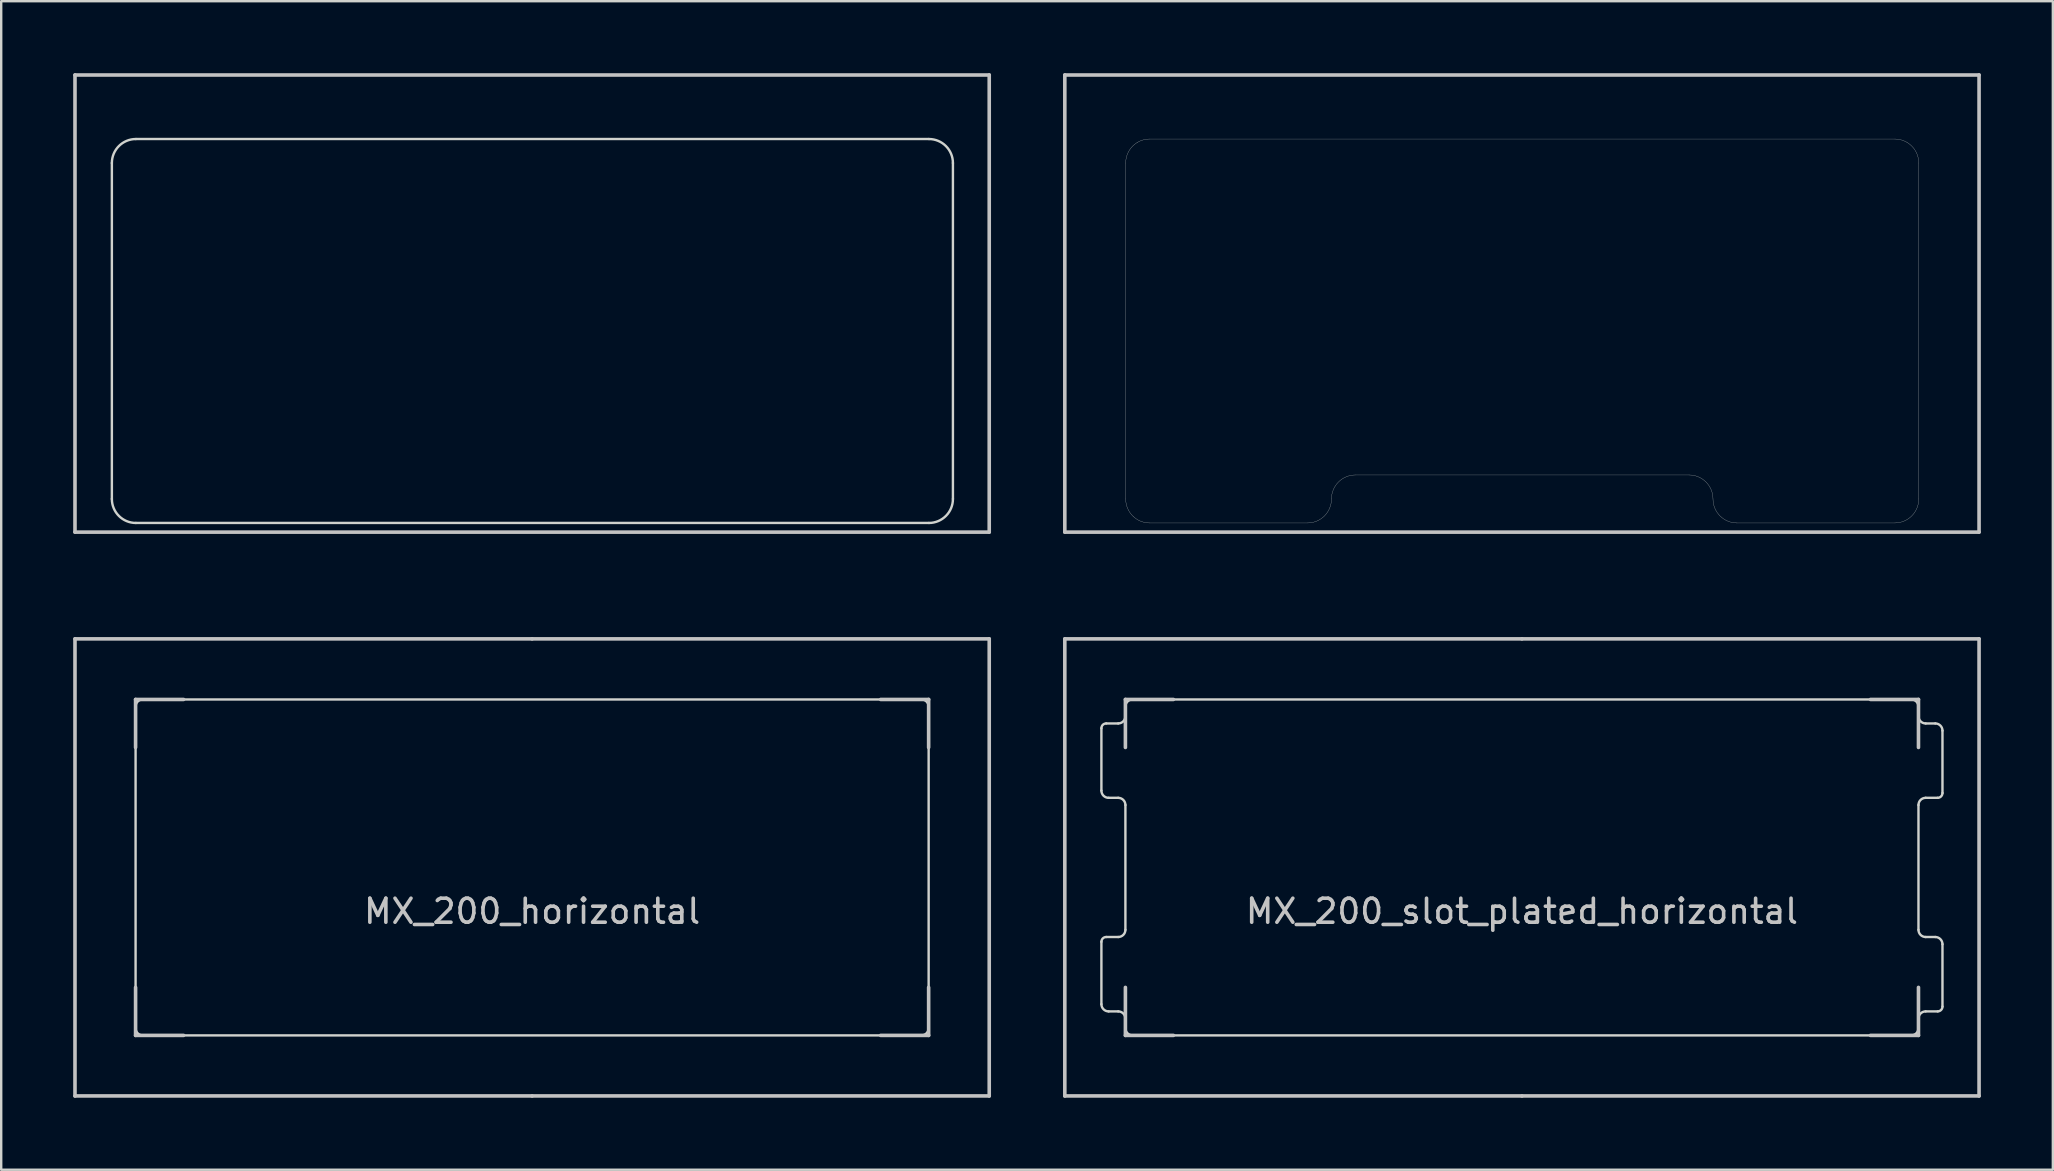
<source format=kicad_pcb>
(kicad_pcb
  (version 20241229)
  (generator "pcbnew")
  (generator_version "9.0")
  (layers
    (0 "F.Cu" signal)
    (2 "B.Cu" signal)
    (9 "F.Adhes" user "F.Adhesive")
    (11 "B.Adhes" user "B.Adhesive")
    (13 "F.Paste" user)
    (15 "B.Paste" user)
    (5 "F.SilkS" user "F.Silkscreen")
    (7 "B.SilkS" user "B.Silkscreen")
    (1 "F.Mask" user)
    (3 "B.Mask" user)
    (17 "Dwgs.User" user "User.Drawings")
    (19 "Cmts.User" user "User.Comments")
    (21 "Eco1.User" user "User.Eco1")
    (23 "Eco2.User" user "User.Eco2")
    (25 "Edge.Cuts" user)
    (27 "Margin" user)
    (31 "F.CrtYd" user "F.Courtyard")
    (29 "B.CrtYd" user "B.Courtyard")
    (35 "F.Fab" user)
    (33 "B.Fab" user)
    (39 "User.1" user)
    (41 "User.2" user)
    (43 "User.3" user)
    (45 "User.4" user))
  (footprint "MX_200_slot_plated_horizontal"
    (layer "F.Cu")
    (at 60.4 33.086)
    (property "Reference" "MX_200_slot_plated_horizontal" (at -0.025 1.841 0) (layer "Dwgs.User") (effects (font (size 1 1) (thickness 0.15))))
    (attr through_hole)
    (fp_line (start -17.05 -5.987) (end -17.05 6.013) (stroke (width 2) (type solid)) (layer "F.Mask"))
    (fp_line (start -16.05 -6.987) (end 16 -6.987) (stroke (width 2) (type solid)) (layer "F.Mask"))
    (fp_line (start 16 7.013) (end -16.05 7.013) (stroke (width 2) (type solid)) (layer "F.Mask"))
    (fp_line (start 17 -5.987) (end 17 6.013) (stroke (width 2) (type solid)) (layer "F.Mask"))
    (fp_arc (start -17.05 -5.9875) (mid -16.757107 -6.694607) (end -16.05 -6.9875) (stroke (width 2) (type solid)) (layer "F.Mask"))
    (fp_arc (start -16.05 7.0125) (mid -16.757107 6.719607) (end -17.05 6.0125) (stroke (width 2) (type solid)) (layer "F.Mask"))
    (fp_arc (start 16 -6.9875) (mid 16.707107 -6.694607) (end 17 -5.9875) (stroke (width 2) (type solid)) (layer "F.Mask"))
    (fp_arc (start 17 6.0125) (mid 16.707107 6.719607) (end 16 7.0125) (stroke (width 2) (type solid)) (layer "F.Mask"))
    (fp_line (start -17.05 -5.987) (end -17.05 6.013) (stroke (width 2) (type solid)) (layer "B.Mask"))
    (fp_line (start -16.05 -6.987) (end 16 -6.987) (stroke (width 2) (type solid)) (layer "B.Mask"))
    (fp_line (start 16 7.013) (end -16.05 7.013) (stroke (width 2) (type solid)) (layer "B.Mask"))
    (fp_line (start 16.8 2.913) (end 17.2 2.913) (stroke (width 0.12) (type solid)) (layer "B.Mask"))
    (fp_line (start 17 -5.987) (end 17 6.013) (stroke (width 2) (type solid)) (layer "B.Mask"))
    (fp_line (start 17.3 -2.888) (end 16.8 -2.888) (stroke (width 0.12) (type solid)) (layer "B.Mask"))
    (fp_arc (start -17.05 -5.9875) (mid -16.757107 -6.694607) (end -16.05 -6.9875) (stroke (width 2) (type solid)) (layer "B.Mask"))
    (fp_arc (start -16.05 7.0125) (mid -16.757107 6.719607) (end -17.05 6.0125) (stroke (width 2) (type solid)) (layer "B.Mask"))
    (fp_arc (start 16 -6.9875) (mid 16.707107 -6.694607) (end 17 -5.9875) (stroke (width 2) (type solid)) (layer "B.Mask"))
    (fp_arc (start 17 6.0125) (mid 16.707107 6.719607) (end 16 7.0125) (stroke (width 2) (type solid)) (layer "B.Mask"))
    (fp_line (start -19.075 -9.512) (end -0.025 -9.512) (stroke (width 0.15) (type solid)) (layer "Dwgs.User"))
    (fp_line (start -19.075 9.537) (end -19.075 -9.512) (stroke (width 0.15) (type solid)) (layer "Dwgs.User"))
    (fp_line (start -16.55 -6.987) (end -16.55 -4.987) (stroke (width 0.15) (type solid)) (layer "Dwgs.User"))
    (fp_line (start -16.55 5.013) (end -16.55 7.013) (stroke (width 0.15) (type solid)) (layer "Dwgs.User"))
    (fp_line (start -16.55 7.013) (end -14.55 7.013) (stroke (width 0.15) (type solid)) (layer "Dwgs.User"))
    (fp_line (start -14.55 -6.987) (end -16.55 -6.987) (stroke (width 0.15) (type solid)) (layer "Dwgs.User"))
    (fp_line (start -0.025 -9.512) (end 19.025 -9.512) (stroke (width 0.15) (type solid)) (layer "Dwgs.User"))
    (fp_line (start -0.025 9.537) (end -19.075 9.537) (stroke (width 0.15) (type solid)) (layer "Dwgs.User"))
    (fp_line (start 14.5 -6.987) (end 16.5 -6.987) (stroke (width 0.15) (type solid)) (layer "Dwgs.User"))
    (fp_line (start 14.5 7.013) (end 16.5 7.013) (stroke (width 0.15) (type solid)) (layer "Dwgs.User"))
    (fp_line (start 16.5 -6.987) (end 16.5 -4.987) (stroke (width 0.15) (type solid)) (layer "Dwgs.User"))
    (fp_line (start 16.5 7.013) (end 16.5 5.013) (stroke (width 0.15) (type solid)) (layer "Dwgs.User"))
    (fp_line (start 19.025 -9.512) (end 19.025 9.537) (stroke (width 0.15) (type solid)) (layer "Dwgs.User"))
    (fp_line (start 19.025 9.537) (end -0.025 9.537) (stroke (width 0.15) (type solid)) (layer "Dwgs.User"))
    (fp_line (start -17.55 -5.787) (end -17.55 -3.188) (stroke (width 0.1) (type solid)) (layer "Edge.Cuts"))
    (fp_line (start -17.55 3.112) (end -17.55 5.713) (stroke (width 0.1) (type solid)) (layer "Edge.Cuts"))
    (fp_line (start -17.35 -5.987) (end -16.85 -5.987) (stroke (width 0.1) (type solid)) (layer "Edge.Cuts"))
    (fp_line (start -17.35 2.913) (end -16.85 2.913) (stroke (width 0.1) (type solid)) (layer "Edge.Cuts"))
    (fp_line (start -16.85 -2.888) (end -17.25 -2.888) (stroke (width 0.1) (type solid)) (layer "Edge.Cuts"))
    (fp_line (start -16.85 6.013) (end -17.25 6.013) (stroke (width 0.1) (type solid)) (layer "Edge.Cuts"))
    (fp_line (start -16.55 -6.287) (end -16.55 -6.688) (stroke (width 0.1) (type solid)) (layer "Edge.Cuts"))
    (fp_line (start -16.55 -2.587) (end -16.55 2.612) (stroke (width 0.1) (type solid)) (layer "Edge.Cuts"))
    (fp_line (start -16.55 6.713) (end -16.55 6.312) (stroke (width 0.1) (type solid)) (layer "Edge.Cuts"))
    (fp_line (start 16.2 -6.987) (end -16.25 -6.987) (stroke (width 0.1) (type solid)) (layer "Edge.Cuts"))
    (fp_line (start 16.2 7.013) (end -16.25 7.013) (stroke (width 0.1) (type solid)) (layer "Edge.Cuts"))
    (fp_line (start 16.5 -6.688) (end 16.5 -6.287) (stroke (width 0.1) (type solid)) (layer "Edge.Cuts"))
    (fp_line (start 16.5 2.612) (end 16.5 -2.587) (stroke (width 0.1) (type solid)) (layer "Edge.Cuts"))
    (fp_line (start 16.5 6.312) (end 16.5 6.713) (stroke (width 0.1) (type solid)) (layer "Edge.Cuts"))
    (fp_line (start 16.8 -5.987) (end 17.2 -5.987) (stroke (width 0.1) (type solid)) (layer "Edge.Cuts"))
    (fp_line (start 16.8 2.913) (end 17.2 2.913) (stroke (width 0.1) (type solid)) (layer "Edge.Cuts"))
    (fp_line (start 17.3 -2.888) (end 16.8 -2.888) (stroke (width 0.1) (type solid)) (layer "Edge.Cuts"))
    (fp_line (start 17.3 6.013) (end 16.8 6.013) (stroke (width 0.1) (type solid)) (layer "Edge.Cuts"))
    (fp_line (start 17.5 -3.087) (end 17.5 -5.688) (stroke (width 0.1) (type solid)) (layer "Edge.Cuts"))
    (fp_line (start 17.5 5.812) (end 17.5 3.212) (stroke (width 0.1) (type solid)) (layer "Edge.Cuts"))
    (fp_arc (start -17.55 -5.7875) (mid -17.491421 -5.928921) (end -17.35 -5.9875) (stroke (width 0.1) (type solid)) (layer "Edge.Cuts"))
    (fp_arc (start -17.55 3.1125) (mid -17.491421 2.971079) (end -17.35 2.9125) (stroke (width 0.1) (type solid)) (layer "Edge.Cuts"))
    (fp_arc (start -17.25 -2.8875) (mid -17.462132 -2.975368) (end -17.55 -3.1875) (stroke (width 0.1) (type solid)) (layer "Edge.Cuts"))
    (fp_arc (start -17.25 6.0125) (mid -17.462132 5.924632) (end -17.55 5.7125) (stroke (width 0.1) (type solid)) (layer "Edge.Cuts"))
    (fp_arc (start -16.85 -2.8875) (mid -16.637868 -2.799632) (end -16.55 -2.5875) (stroke (width 0.1) (type solid)) (layer "Edge.Cuts"))
    (fp_arc (start -16.85 6.0125) (mid -16.637868 6.100368) (end -16.55 6.3125) (stroke (width 0.1) (type solid)) (layer "Edge.Cuts"))
    (fp_arc (start -16.55 -6.6875) (mid -16.462132 -6.899632) (end -16.25 -6.9875) (stroke (width 0.1) (type solid)) (layer "Edge.Cuts"))
    (fp_arc (start -16.55 -6.2875) (mid -16.637868 -6.075368) (end -16.85 -5.9875) (stroke (width 0.1) (type solid)) (layer "Edge.Cuts"))
    (fp_arc (start -16.55 2.6125) (mid -16.637868 2.824632) (end -16.85 2.9125) (stroke (width 0.1) (type solid)) (layer "Edge.Cuts"))
    (fp_arc (start -16.25 7.0125) (mid -16.462132 6.924632) (end -16.55 6.7125) (stroke (width 0.1) (type solid)) (layer "Edge.Cuts"))
    (fp_arc (start 16.2 -6.9875) (mid 16.412132 -6.899632) (end 16.5 -6.6875) (stroke (width 0.1) (type solid)) (layer "Edge.Cuts"))
    (fp_arc (start 16.5 -2.5875) (mid 16.587868 -2.799632) (end 16.8 -2.8875) (stroke (width 0.1) (type solid)) (layer "Edge.Cuts"))
    (fp_arc (start 16.5 6.3125) (mid 16.587868 6.100368) (end 16.8 6.0125) (stroke (width 0.1) (type solid)) (layer "Edge.Cuts"))
    (fp_arc (start 16.5 6.7125) (mid 16.412132 6.924632) (end 16.2 7.0125) (stroke (width 0.1) (type solid)) (layer "Edge.Cuts"))
    (fp_arc (start 16.8 -5.9875) (mid 16.587868 -6.075368) (end 16.5 -6.2875) (stroke (width 0.1) (type solid)) (layer "Edge.Cuts"))
    (fp_arc (start 16.8 2.9125) (mid 16.587868 2.824632) (end 16.5 2.6125) (stroke (width 0.1) (type solid)) (layer "Edge.Cuts"))
    (fp_arc (start 17.2 -5.9875) (mid 17.412132 -5.899632) (end 17.5 -5.6875) (stroke (width 0.1) (type solid)) (layer "Edge.Cuts"))
    (fp_arc (start 17.2 2.9125) (mid 17.412132 3.000368) (end 17.5 3.2125) (stroke (width 0.1) (type solid)) (layer "Edge.Cuts"))
    (fp_arc (start 17.5 -3.0875) (mid 17.441421 -2.946079) (end 17.3 -2.8875) (stroke (width 0.1) (type solid)) (layer "Edge.Cuts"))
    (fp_arc (start 17.5 5.8125) (mid 17.441421 5.953921) (end 17.3 6.0125) (stroke (width 0.1) (type solid)) (layer "Edge.Cuts")))
  (footprint "MX_200_horizontal"
    (layer "F.Cu")
    (at 19.15 33.086)
    (property "Reference" "MX_200_horizontal" (at -0.025 1.841 0) (layer "Dwgs.User") (effects (font (size 1 1) (thickness 0.15))))
    (attr through_hole)
    (fp_line (start -19.075 -9.512) (end -0.025 -9.512) (stroke (width 0.15) (type solid)) (layer "Dwgs.User"))
    (fp_line (start -19.075 9.537) (end -19.075 -9.512) (stroke (width 0.15) (type solid)) (layer "Dwgs.User"))
    (fp_line (start -16.55 -6.987) (end -16.55 -4.987) (stroke (width 0.15) (type solid)) (layer "Dwgs.User"))
    (fp_line (start -16.55 5.013) (end -16.55 7.013) (stroke (width 0.15) (type solid)) (layer "Dwgs.User"))
    (fp_line (start -16.55 7.013) (end -14.55 7.013) (stroke (width 0.15) (type solid)) (layer "Dwgs.User"))
    (fp_line (start -14.55 -6.987) (end -16.55 -6.987) (stroke (width 0.15) (type solid)) (layer "Dwgs.User"))
    (fp_line (start -0.025 -9.512) (end 19.025 -9.512) (stroke (width 0.15) (type solid)) (layer "Dwgs.User"))
    (fp_line (start -0.025 9.537) (end -19.075 9.537) (stroke (width 0.15) (type solid)) (layer "Dwgs.User"))
    (fp_line (start 14.5 -6.987) (end 16.5 -6.987) (stroke (width 0.15) (type solid)) (layer "Dwgs.User"))
    (fp_line (start 14.5 7.013) (end 16.5 7.013) (stroke (width 0.15) (type solid)) (layer "Dwgs.User"))
    (fp_line (start 16.5 -6.987) (end 16.5 -4.987) (stroke (width 0.15) (type solid)) (layer "Dwgs.User"))
    (fp_line (start 16.5 7.013) (end 16.5 5.013) (stroke (width 0.15) (type solid)) (layer "Dwgs.User"))
    (fp_line (start 19.025 -9.512) (end 19.025 9.537) (stroke (width 0.15) (type solid)) (layer "Dwgs.User"))
    (fp_line (start 19.025 9.537) (end -0.025 9.537) (stroke (width 0.15) (type solid)) (layer "Dwgs.User"))
    (fp_line (start -16.55 6.713) (end -16.55 -6.688) (stroke (width 0.1) (type solid)) (layer "Edge.Cuts"))
    (fp_line (start 16.2 -6.987) (end -16.25 -6.987) (stroke (width 0.1) (type solid)) (layer "Edge.Cuts"))
    (fp_line (start 16.2 7.013) (end -16.25 7.013) (stroke (width 0.1) (type solid)) (layer "Edge.Cuts"))
    (fp_line (start 16.5 -6.688) (end 16.5 6.713) (stroke (width 0.1) (type solid)) (layer "Edge.Cuts"))
    (fp_arc (start -16.55 -6.6875) (mid -16.462132 -6.899632) (end -16.25 -6.9875) (stroke (width 0.1) (type solid)) (layer "Edge.Cuts"))
    (fp_arc (start -16.25 7.0125) (mid -16.462132 6.924632) (end -16.55 6.7125) (stroke (width 0.1) (type solid)) (layer "Edge.Cuts"))
    (fp_arc (start 16.2 -6.9875) (mid 16.412132 -6.899632) (end 16.5 -6.6875) (stroke (width 0.1) (type solid)) (layer "Edge.Cuts"))
    (fp_arc (start 16.5 6.7125) (mid 16.412132 6.924632) (end 16.2 7.0125) (stroke (width 0.1) (type solid)) (layer "Edge.Cuts")))
  (footprint "MX_200_cutout_plated_2"
    (layer "F.Cu")
    (at 19.125 9.6)
    (property "Reference" "MX_200_cutout_plated_2" (at 0.25 10.05 0) (layer "Eco2.User") (effects (font (size 1 1) (thickness 0.15))))
    (attr through_hole)
    (fp_line (start -17.513 -5.856) (end -17.513 8.144) (stroke (width 1.5) (type solid)) (layer "F.Mask"))
    (fp_line (start -16.513 9.144) (end 16.537 9.144) (stroke (width 1.5) (type solid)) (layer "F.Mask"))
    (fp_line (start 16.537 -6.856) (end -16.513 -6.856) (stroke (width 1.5) (type solid)) (layer "F.Mask"))
    (fp_line (start 17.537 -5.856) (end 17.537 8.144) (stroke (width 1.5) (type solid)) (layer "F.Mask"))
    (fp_arc (start -17.513 -5.85625) (mid -17.220107 -6.563357) (end -16.513 -6.85625) (stroke (width 1.5) (type solid)) (layer "F.Mask"))
    (fp_arc (start -16.513 9.14375) (mid -17.220107 8.850857) (end -17.513 8.14375) (stroke (width 1.5) (type solid)) (layer "F.Mask"))
    (fp_arc (start 16.537 -6.85625) (mid 17.244107 -6.563357) (end 17.537 -5.85625) (stroke (width 1.5) (type solid)) (layer "F.Mask"))
    (fp_arc (start 17.537 8.14375) (mid 17.244107 8.850857) (end 16.537 9.14375) (stroke (width 1.5) (type solid)) (layer "F.Mask"))
    (fp_line (start -17.513 -5.856) (end -17.513 8.144) (stroke (width 1.5) (type solid)) (layer "B.Mask"))
    (fp_line (start -16.513 9.144) (end 16.537 9.144) (stroke (width 1.5) (type solid)) (layer "B.Mask"))
    (fp_line (start 16.537 -6.856) (end -16.513 -6.856) (stroke (width 1.5) (type solid)) (layer "B.Mask"))
    (fp_line (start 17.537 -5.856) (end 17.537 8.144) (stroke (width 1.5) (type solid)) (layer "B.Mask"))
    (fp_arc (start -17.513 -5.85625) (mid -17.220107 -6.563357) (end -16.513 -6.85625) (stroke (width 1.5) (type solid)) (layer "B.Mask"))
    (fp_arc (start -16.513 9.14375) (mid -17.220107 8.850857) (end -17.513 8.14375) (stroke (width 1.5) (type solid)) (layer "B.Mask"))
    (fp_arc (start 16.537 -6.85625) (mid 17.244107 -6.563357) (end 17.537 -5.85625) (stroke (width 1.5) (type solid)) (layer "B.Mask"))
    (fp_arc (start 17.537 8.14375) (mid 17.244107 8.850857) (end 16.537 9.14375) (stroke (width 1.5) (type solid)) (layer "B.Mask"))
    (fp_line (start -19.05 -9.525) (end -19.05 9.525) (stroke (width 0.15) (type solid)) (layer "Dwgs.User"))
    (fp_line (start -19.05 -9.525) (end 19.05 -9.525) (stroke (width 0.15) (type solid)) (layer "Dwgs.User"))
    (fp_line (start -19.05 9.525) (end 19.05 9.525) (stroke (width 0.15) (type solid)) (layer "Dwgs.User"))
    (fp_line (start 19.05 -9.525) (end 19.05 9.525) (stroke (width 0.15) (type solid)) (layer "Dwgs.User"))
    (fp_line (start -17.513 -5.856) (end -17.513 8.144) (stroke (width 0.1) (type solid)) (layer "Edge.Cuts"))
    (fp_line (start -16.513 9.144) (end 16.537 9.144) (stroke (width 0.1) (type solid)) (layer "Edge.Cuts"))
    (fp_line (start 16.537 -6.856) (end -16.513 -6.856) (stroke (width 0.1) (type solid)) (layer "Edge.Cuts"))
    (fp_line (start 17.537 8.144) (end 17.537 -5.856) (stroke (width 0.1) (type solid)) (layer "Edge.Cuts"))
    (fp_arc (start -17.513 -5.85625) (mid -17.220107 -6.563357) (end -16.513 -6.85625) (stroke (width 0.1) (type solid)) (layer "Edge.Cuts"))
    (fp_arc (start -16.513 9.14375) (mid -17.220107 8.850857) (end -17.513 8.14375) (stroke (width 0.1) (type solid)) (layer "Edge.Cuts"))
    (fp_arc (start 16.537 -6.85625) (mid 17.244107 -6.563357) (end 17.537 -5.85625) (stroke (width 0.1) (type solid)) (layer "Edge.Cuts"))
    (fp_arc (start 17.537 8.14375) (mid 17.244107 8.850857) (end 16.537 9.14375) (stroke (width 0.1) (type solid)) (layer "Edge.Cuts")))
  (footprint "MX_200_cutout_plated_open"
    (layer "F.Cu")
    (at 60.375 9.6)
    (property "Reference" "MX_200_cutout_plated_open" (at 0.25 10.05 0) (layer "Eco2.User") (effects (font (size 1 1) (thickness 0.15))))
    (attr through_hole)
    (fp_line (start -16.513 -5.856) (end -16.513 8.144) (stroke (width 1.5) (type solid)) (layer "F.Mask"))
    (fp_line (start -15.513 9.144) (end -8.938 9.144) (stroke (width 1.5) (type solid)) (layer "F.Mask"))
    (fp_line (start -6.938 7.144) (end 6.962 7.144) (stroke (width 1.5) (type solid)) (layer "F.Mask"))
    (fp_line (start 8.962 9.144) (end 15.537 9.144) (stroke (width 1.5) (type solid)) (layer "F.Mask"))
    (fp_line (start 15.537 -6.856) (end -15.513 -6.856) (stroke (width 1.5) (type solid)) (layer "F.Mask"))
    (fp_line (start 16.537 -5.856) (end 16.537 8.144) (stroke (width 1.5) (type solid)) (layer "F.Mask"))
    (fp_arc (start -16.513 -5.85625) (mid -16.220107 -6.563357) (end -15.513 -6.85625) (stroke (width 1.5) (type solid)) (layer "F.Mask"))
    (fp_arc (start -15.513 9.14375) (mid -16.220107 8.850857) (end -16.513 8.14375) (stroke (width 1.5) (type solid)) (layer "F.Mask"))
    (fp_arc (start -7.938 8.14375) (mid -8.230893 8.850857) (end -8.938 9.14375) (stroke (width 1.5) (type solid)) (layer "F.Mask"))
    (fp_arc (start -7.938 8.14375) (mid -7.645107 7.436643) (end -6.938 7.14375) (stroke (width 1.5) (type solid)) (layer "F.Mask"))
    (fp_arc (start 6.962 7.14375) (mid 7.669107 7.436643) (end 7.962 8.14375) (stroke (width 1.5) (type solid)) (layer "F.Mask"))
    (fp_arc (start 8.962 9.14375) (mid 8.254893 8.850857) (end 7.962 8.14375) (stroke (width 1.5) (type solid)) (layer "F.Mask"))
    (fp_arc (start 15.537 -6.85625) (mid 16.244107 -6.563357) (end 16.537 -5.85625) (stroke (width 1.5) (type solid)) (layer "F.Mask"))
    (fp_arc (start 16.537 8.14375) (mid 16.244107 8.850857) (end 15.537 9.14375) (stroke (width 1.5) (type solid)) (layer "F.Mask"))
    (fp_line (start -16.513 -5.856) (end -16.513 8.144) (stroke (width 1.5) (type solid)) (layer "B.Mask"))
    (fp_line (start -15.513 9.144) (end -8.938 9.144) (stroke (width 1.5) (type solid)) (layer "B.Mask"))
    (fp_line (start -6.938 7.144) (end 6.962 7.144) (stroke (width 1.5) (type solid)) (layer "B.Mask"))
    (fp_line (start 8.962 9.144) (end 15.537 9.144) (stroke (width 1.5) (type solid)) (layer "B.Mask"))
    (fp_line (start 15.537 -6.856) (end -15.513 -6.856) (stroke (width 1.5) (type solid)) (layer "B.Mask"))
    (fp_line (start 16.537 -5.856) (end 16.537 8.144) (stroke (width 1.5) (type solid)) (layer "B.Mask"))
    (fp_arc (start -16.513 -5.85625) (mid -16.220107 -6.563357) (end -15.513 -6.85625) (stroke (width 1.5) (type solid)) (layer "B.Mask"))
    (fp_arc (start -15.513 9.14375) (mid -16.220107 8.850857) (end -16.513 8.14375) (stroke (width 1.5) (type solid)) (layer "B.Mask"))
    (fp_arc (start -7.938 8.14375) (mid -8.230893 8.850857) (end -8.938 9.14375) (stroke (width 1.5) (type solid)) (layer "B.Mask"))
    (fp_arc (start -7.938 8.14375) (mid -7.645107 7.436643) (end -6.938 7.14375) (stroke (width 1.5) (type solid)) (layer "B.Mask"))
    (fp_arc (start 6.962 7.14375) (mid 7.669107 7.436643) (end 7.962 8.14375) (stroke (width 1.5) (type solid)) (layer "B.Mask"))
    (fp_arc (start 8.962 9.14375) (mid 8.254893 8.850857) (end 7.962 8.14375) (stroke (width 1.5) (type solid)) (layer "B.Mask"))
    (fp_arc (start 15.537 -6.85625) (mid 16.244107 -6.563357) (end 16.537 -5.85625) (stroke (width 1.5) (type solid)) (layer "B.Mask"))
    (fp_arc (start 16.537 8.14375) (mid 16.244107 8.850857) (end 15.537 9.14375) (stroke (width 1.5) (type solid)) (layer "B.Mask"))
    (fp_line (start -19.05 -9.525) (end -19.05 9.525) (stroke (width 0.15) (type solid)) (layer "Dwgs.User"))
    (fp_line (start -19.05 -9.525) (end 19.05 -9.525) (stroke (width 0.15) (type solid)) (layer "Dwgs.User"))
    (fp_line (start -19.05 9.525) (end 19.05 9.525) (stroke (width 0.15) (type solid)) (layer "Dwgs.User"))
    (fp_line (start 19.05 -9.525) (end 19.05 9.525) (stroke (width 0.15) (type solid)) (layer "Dwgs.User"))
    (fp_line (start -16.513 -5.856) (end -16.513 8.144) (stroke (width 0.01) (type solid)) (layer "Edge.Cuts"))
    (fp_line (start -15.513 9.144) (end -8.938 9.144) (stroke (width 0.01) (type solid)) (layer "Edge.Cuts"))
    (fp_line (start -6.938 7.144) (end 6.962 7.144) (stroke (width 0.01) (type solid)) (layer "Edge.Cuts"))
    (fp_line (start 8.962 9.144) (end 15.537 9.144) (stroke (width 0.01) (type solid)) (layer "Edge.Cuts"))
    (fp_line (start 15.537 -6.856) (end -15.513 -6.856) (stroke (width 0.01) (type solid)) (layer "Edge.Cuts"))
    (fp_line (start 16.537 8.144) (end 16.537 -5.856) (stroke (width 0.01) (type solid)) (layer "Edge.Cuts"))
    (fp_arc (start -16.513 -5.85625) (mid -16.220107 -6.563357) (end -15.513 -6.85625) (stroke (width 0.01) (type solid)) (layer "Edge.Cuts"))
    (fp_arc (start -15.513 9.14375) (mid -16.220107 8.850857) (end -16.513 8.14375) (stroke (width 0.01) (type solid)) (layer "Edge.Cuts"))
    (fp_arc (start -7.938 8.14375) (mid -8.230893 8.850857) (end -8.938 9.14375) (stroke (width 0.01) (type solid)) (layer "Edge.Cuts"))
    (fp_arc (start -7.938 8.14375) (mid -7.645107 7.436643) (end -6.938 7.14375) (stroke (width 0.01) (type solid)) (layer "Edge.Cuts"))
    (fp_arc (start 6.962 7.14375) (mid 7.669107 7.436643) (end 7.962 8.14375) (stroke (width 0.01) (type solid)) (layer "Edge.Cuts"))
    (fp_arc (start 8.962 9.14375) (mid 8.254893 8.850857) (end 7.962 8.14375) (stroke (width 0.01) (type solid)) (layer "Edge.Cuts"))
    (fp_arc (start 15.537 -6.85625) (mid 16.244107 -6.563357) (end 16.537 -5.85625) (stroke (width 0.01) (type solid)) (layer "Edge.Cuts"))
    (fp_arc (start 16.537 8.14375) (mid 16.244107 8.850857) (end 15.537 9.14375) (stroke (width 0.01) (type solid)) (layer "Edge.Cuts")))
  (gr_rect
    (start -3 -3)
    (end 82.5 45.698)
    (stroke (width 0.1) (type default))
    (fill no)
    (layer "Edge.Cuts")))
</source>
